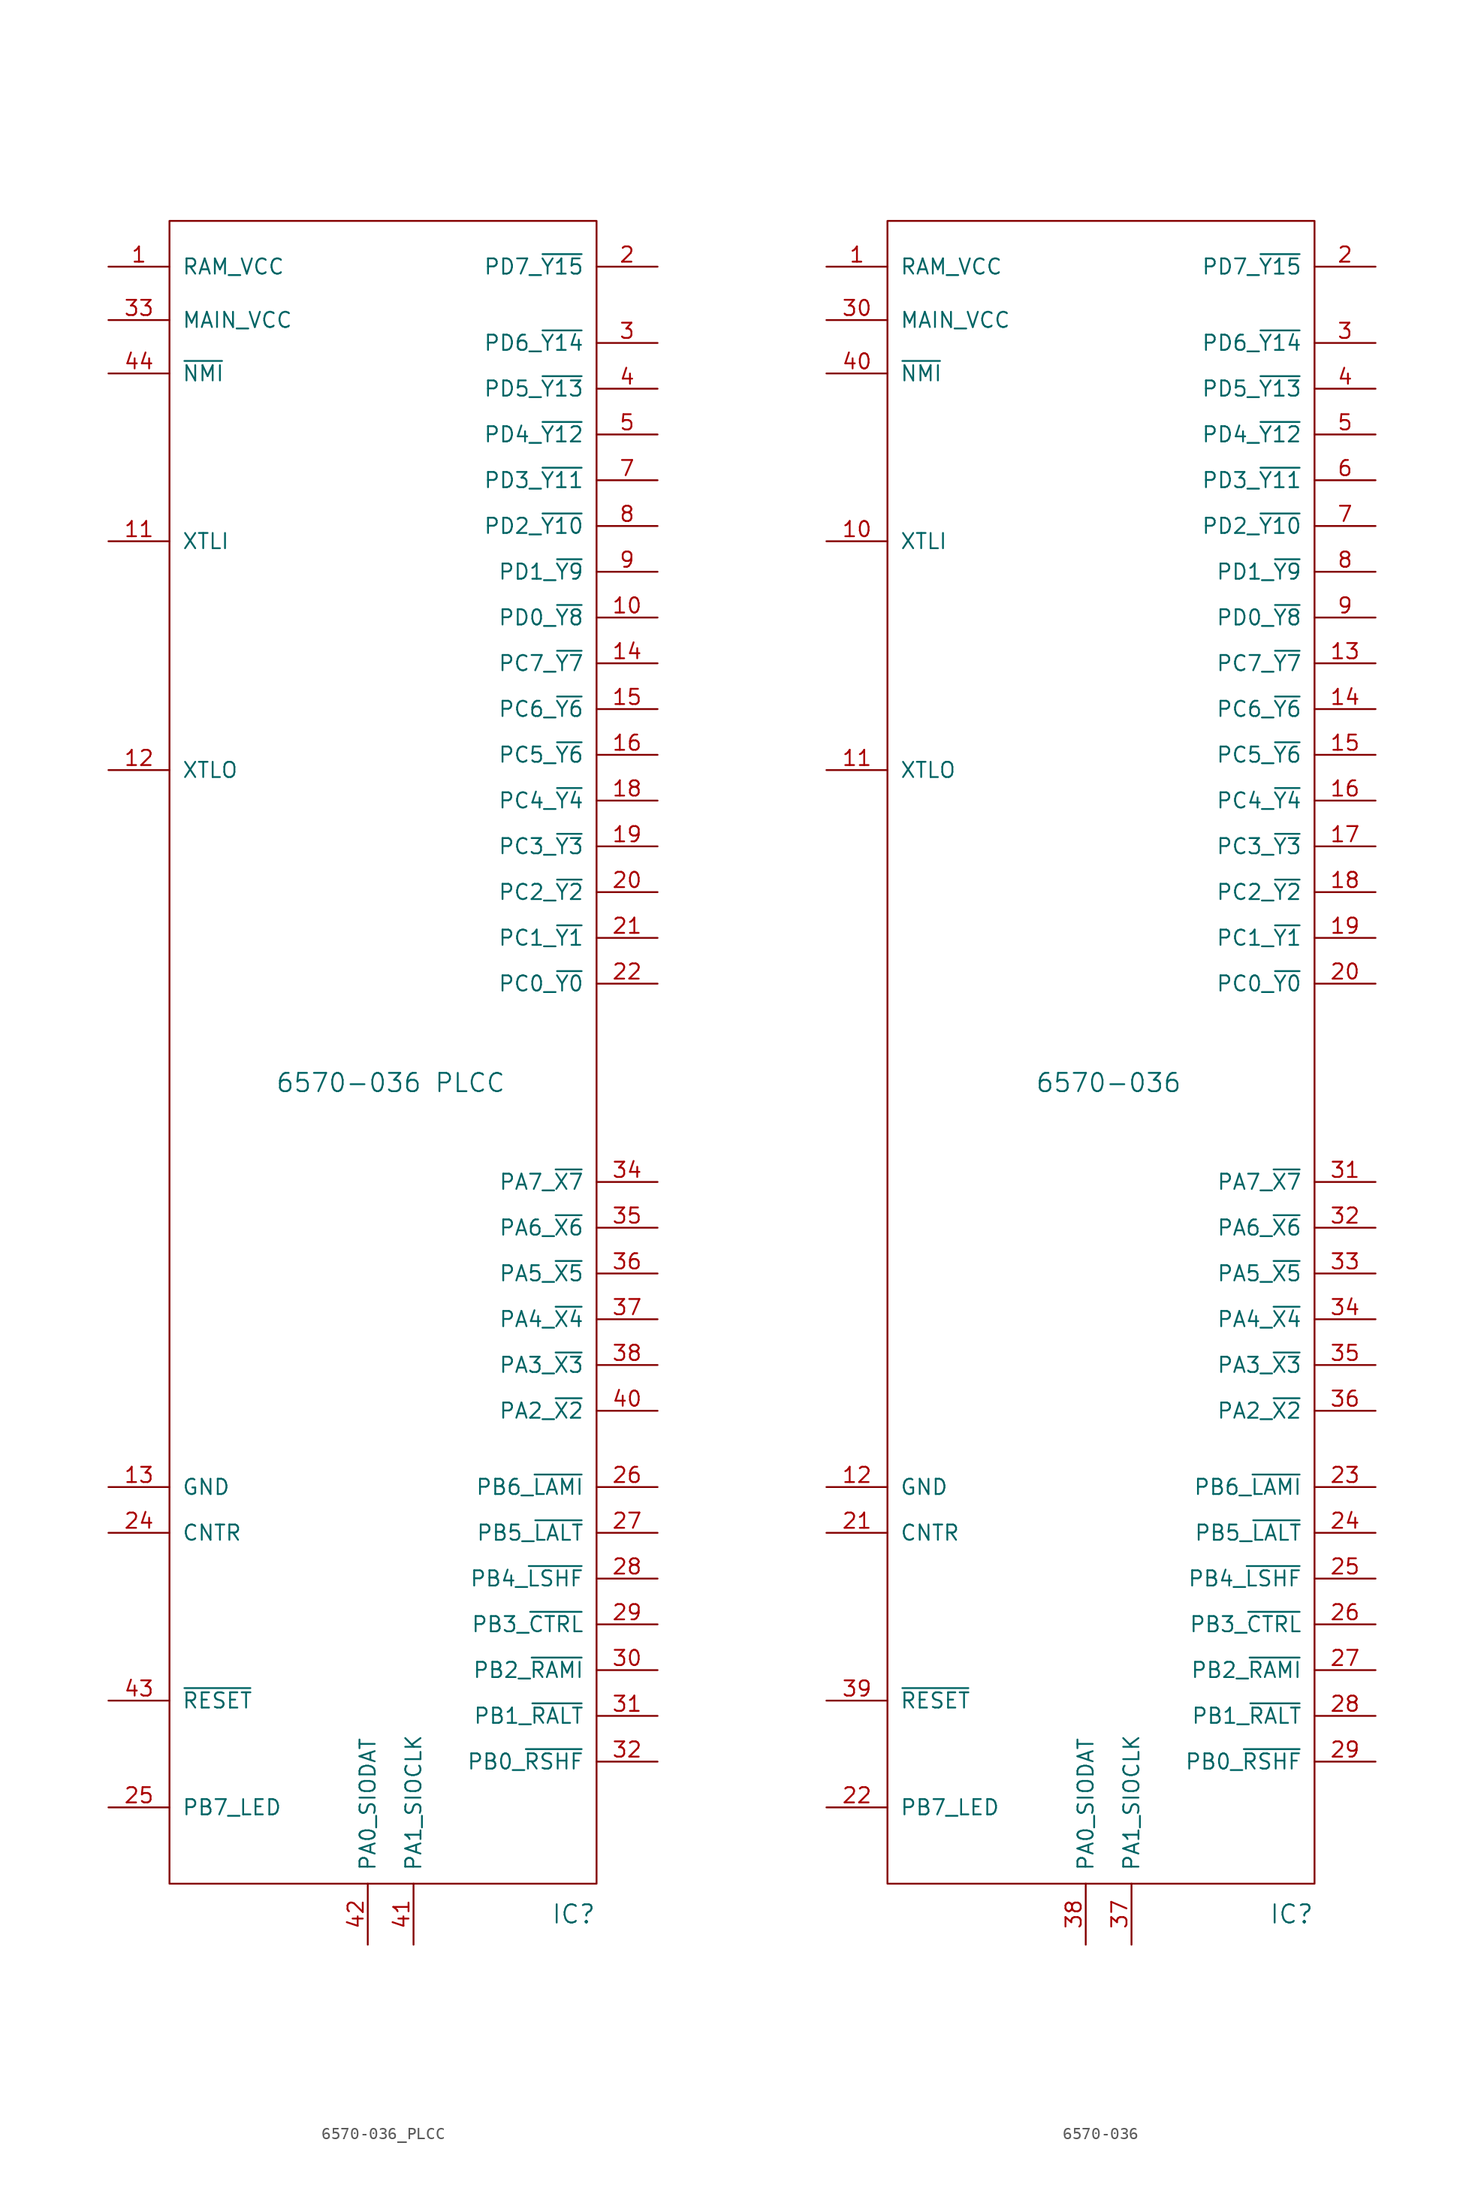
<source format=kicad_sym>
(kicad_symbol_lib
  (version 20231120)
  (generator "kicad_symbol_editor")
  (generator_version "8.0")
  (symbol "6570-036_PLCC"
    (pin_names
      (offset 1.016))
    (property "Reference" "IC"
      (at 15.875 -73.66 0)
      (effects (font (size 1.524 1.524))))
    (property "Value" "6570-036 PLCC"
      (at 0.635 -4.445 0)
      (effects (font (size 1.524 1.524))))
    (symbol "6570-036_PLCC_0_1"
      (rectangle (start -17.78 67.31) (end 17.78 -71.12) (stroke (width 0) (type solid)) (fill (type none))))
    (symbol "6570-036_PLCC_1_1"
      (pin power_in line (at -22.86 63.5 0) (length 5.08) (name "RAM_VCC" (effects (font (size 1.27 1.27)))) (number "1" (effects (font (size 1.27 1.27)))))
      (pin output line (at 22.86 34.29 180) (length 5.08) (name "PD0_~{Y8}" (effects (font (size 1.27 1.27)))) (number "10" (effects (font (size 1.27 1.27)))))
      (pin input line (at -22.86 40.64 0) (length 5.08) (name "XTLI" (effects (font (size 1.27 1.27)))) (number "11" (effects (font (size 1.27 1.27)))))
      (pin output line (at -22.86 21.59 0) (length 5.08) (name "XTLO" (effects (font (size 1.27 1.27)))) (number "12" (effects (font (size 1.27 1.27)))))
      (pin power_in line (at -22.86 -38.1 0) (length 5.08) (name "GND" (effects (font (size 1.27 1.27)))) (number "13" (effects (font (size 1.27 1.27)))))
      (pin output line (at 22.86 30.48 180) (length 5.08) (name "PC7_~{Y7}" (effects (font (size 1.27 1.27)))) (number "14" (effects (font (size 1.27 1.27)))))
      (pin output line (at 22.86 26.67 180) (length 5.08) (name "PC6_~{Y6}" (effects (font (size 1.27 1.27)))) (number "15" (effects (font (size 1.27 1.27)))))
      (pin output line (at 22.86 22.86 180) (length 5.08) (name "PC5_~{Y6}" (effects (font (size 1.27 1.27)))) (number "16" (effects (font (size 1.27 1.27)))))
      (pin output line (at 22.86 19.05 180) (length 5.08) (name "PC4_~{Y4}" (effects (font (size 1.27 1.27)))) (number "18" (effects (font (size 1.27 1.27)))))
      (pin output line (at 22.86 15.24 180) (length 5.08) (name "PC3_~{Y3}" (effects (font (size 1.27 1.27)))) (number "19" (effects (font (size 1.27 1.27)))))
      (pin output line (at 22.86 63.5 180) (length 5.08) (name "PD7_~{Y15}" (effects (font (size 1.27 1.27)))) (number "2" (effects (font (size 1.27 1.27)))))
      (pin output line (at 22.86 11.43 180) (length 5.08) (name "PC2_~{Y2}" (effects (font (size 1.27 1.27)))) (number "20" (effects (font (size 1.27 1.27)))))
      (pin output line (at 22.86 7.62 180) (length 5.08) (name "PC1_~{Y1}" (effects (font (size 1.27 1.27)))) (number "21" (effects (font (size 1.27 1.27)))))
      (pin output line (at 22.86 3.81 180) (length 5.08) (name "PC0_~{Y0}" (effects (font (size 1.27 1.27)))) (number "22" (effects (font (size 1.27 1.27)))))
      (pin input line (at -22.86 -41.91 0) (length 5.08) (name "CNTR" (effects (font (size 1.27 1.27)))) (number "24" (effects (font (size 1.27 1.27)))))
      (pin output line (at -22.86 -64.77 0) (length 5.08) (name "PB7_LED" (effects (font (size 1.27 1.27)))) (number "25" (effects (font (size 1.27 1.27)))))
      (pin input line (at 22.86 -38.1 180) (length 5.08) (name "PB6_~{LAMI}" (effects (font (size 1.27 1.27)))) (number "26" (effects (font (size 1.27 1.27)))))
      (pin input line (at 22.86 -41.91 180) (length 5.08) (name "PB5_~{LALT}" (effects (font (size 1.27 1.27)))) (number "27" (effects (font (size 1.27 1.27)))))
      (pin input line (at 22.86 -45.72 180) (length 5.08) (name "PB4_~{LSHF}" (effects (font (size 1.27 1.27)))) (number "28" (effects (font (size 1.27 1.27)))))
      (pin input line (at 22.86 -49.53 180) (length 5.08) (name "PB3_~{CTRL}" (effects (font (size 1.27 1.27)))) (number "29" (effects (font (size 1.27 1.27)))))
      (pin output line (at 22.86 57.15 180) (length 5.08) (name "PD6_~{Y14}" (effects (font (size 1.27 1.27)))) (number "3" (effects (font (size 1.27 1.27)))))
      (pin input line (at 22.86 -53.34 180) (length 5.08) (name "PB2_~{RAMI}" (effects (font (size 1.27 1.27)))) (number "30" (effects (font (size 1.27 1.27)))))
      (pin input line (at 22.86 -57.15 180) (length 5.08) (name "PB1_~{RALT}" (effects (font (size 1.27 1.27)))) (number "31" (effects (font (size 1.27 1.27)))))
      (pin input line (at 22.86 -60.96 180) (length 5.08) (name "PB0_~{RSHF}" (effects (font (size 1.27 1.27)))) (number "32" (effects (font (size 1.27 1.27)))))
      (pin power_in line (at -22.86 59.055 0) (length 5.08) (name "MAIN_VCC" (effects (font (size 1.27 1.27)))) (number "33" (effects (font (size 1.27 1.27)))))
      (pin input line (at 22.86 -12.7 180) (length 5.08) (name "PA7_~{X7}" (effects (font (size 1.27 1.27)))) (number "34" (effects (font (size 1.27 1.27)))))
      (pin input line (at 22.86 -16.51 180) (length 5.08) (name "PA6_~{X6}" (effects (font (size 1.27 1.27)))) (number "35" (effects (font (size 1.27 1.27)))))
      (pin input line (at 22.86 -20.32 180) (length 5.08) (name "PA5_~{X5}" (effects (font (size 1.27 1.27)))) (number "36" (effects (font (size 1.27 1.27)))))
      (pin input line (at 22.86 -24.13 180) (length 5.08) (name "PA4_~{X4}" (effects (font (size 1.27 1.27)))) (number "37" (effects (font (size 1.27 1.27)))))
      (pin input line (at 22.86 -27.94 180) (length 5.08) (name "PA3_~{X3}" (effects (font (size 1.27 1.27)))) (number "38" (effects (font (size 1.27 1.27)))))
      (pin output line (at 22.86 53.34 180) (length 5.08) (name "PD5_~{Y13}" (effects (font (size 1.27 1.27)))) (number "4" (effects (font (size 1.27 1.27)))))
      (pin input line (at 22.86 -31.75 180) (length 5.08) (name "PA2_~{X2}" (effects (font (size 1.27 1.27)))) (number "40" (effects (font (size 1.27 1.27)))))
      (pin input line (at 2.54 -76.2 90) (length 5.08) (name "PA1_SIOCLK" (effects (font (size 1.27 1.27)))) (number "41" (effects (font (size 1.27 1.27)))))
      (pin input line (at -1.27 -76.2 90) (length 5.08) (name "PA0_SIODAT" (effects (font (size 1.27 1.27)))) (number "42" (effects (font (size 1.27 1.27)))))
      (pin input line (at -22.86 -55.88 0) (length 5.08) (name "~{RESET}" (effects (font (size 1.27 1.27)))) (number "43" (effects (font (size 1.27 1.27)))))
      (pin power_in line (at -22.86 54.61 0) (length 5.08) (name "~{NMI}" (effects (font (size 1.27 1.27)))) (number "44" (effects (font (size 1.27 1.27)))))
      (pin output line (at 22.86 49.53 180) (length 5.08) (name "PD4_~{Y12}" (effects (font (size 1.27 1.27)))) (number "5" (effects (font (size 1.27 1.27)))))
      (pin output line (at 22.86 45.72 180) (length 5.08) (name "PD3_~{Y11}" (effects (font (size 1.27 1.27)))) (number "7" (effects (font (size 1.27 1.27)))))
      (pin output line (at 22.86 41.91 180) (length 5.08) (name "PD2_~{Y10}" (effects (font (size 1.27 1.27)))) (number "8" (effects (font (size 1.27 1.27)))))
      (pin output line (at 22.86 38.1 180) (length 5.08) (name "PD1_~{Y9}" (effects (font (size 1.27 1.27)))) (number "9" (effects (font (size 1.27 1.27)))))))
  (symbol "6570-036"
    (pin_names
      (offset 1.016))
    (property "Reference" "IC"
      (at 15.875 -73.66 0)
      (effects (font (size 1.524 1.524))))
    (property "Value" "6570-036"
      (at 0.635 -4.445 0)
      (effects (font (size 1.524 1.524))))
    (symbol "6570-036_0_1"
      (rectangle (start -17.78 67.31) (end 17.78 -71.12) (stroke (width 0) (type solid)) (fill (type none))))
    (symbol "6570-036_1_1"
      (pin power_in line (at -22.86 63.5 0) (length 5.08) (name "RAM_VCC" (effects (font (size 1.27 1.27)))) (number "1" (effects (font (size 1.27 1.27)))))
      (pin input line (at -22.86 40.64 0) (length 5.08) (name "XTLI" (effects (font (size 1.27 1.27)))) (number "10" (effects (font (size 1.27 1.27)))))
      (pin output line (at -22.86 21.59 0) (length 5.08) (name "XTLO" (effects (font (size 1.27 1.27)))) (number "11" (effects (font (size 1.27 1.27)))))
      (pin power_in line (at -22.86 -38.1 0) (length 5.08) (name "GND" (effects (font (size 1.27 1.27)))) (number "12" (effects (font (size 1.27 1.27)))))
      (pin output line (at 22.86 30.48 180) (length 5.08) (name "PC7_~{Y7}" (effects (font (size 1.27 1.27)))) (number "13" (effects (font (size 1.27 1.27)))))
      (pin output line (at 22.86 26.67 180) (length 5.08) (name "PC6_~{Y6}" (effects (font (size 1.27 1.27)))) (number "14" (effects (font (size 1.27 1.27)))))
      (pin output line (at 22.86 22.86 180) (length 5.08) (name "PC5_~{Y6}" (effects (font (size 1.27 1.27)))) (number "15" (effects (font (size 1.27 1.27)))))
      (pin output line (at 22.86 19.05 180) (length 5.08) (name "PC4_~{Y4}" (effects (font (size 1.27 1.27)))) (number "16" (effects (font (size 1.27 1.27)))))
      (pin output line (at 22.86 15.24 180) (length 5.08) (name "PC3_~{Y3}" (effects (font (size 1.27 1.27)))) (number "17" (effects (font (size 1.27 1.27)))))
      (pin output line (at 22.86 11.43 180) (length 5.08) (name "PC2_~{Y2}" (effects (font (size 1.27 1.27)))) (number "18" (effects (font (size 1.27 1.27)))))
      (pin output line (at 22.86 7.62 180) (length 5.08) (name "PC1_~{Y1}" (effects (font (size 1.27 1.27)))) (number "19" (effects (font (size 1.27 1.27)))))
      (pin output line (at 22.86 63.5 180) (length 5.08) (name "PD7_~{Y15}" (effects (font (size 1.27 1.27)))) (number "2" (effects (font (size 1.27 1.27)))))
      (pin output line (at 22.86 3.81 180) (length 5.08) (name "PC0_~{Y0}" (effects (font (size 1.27 1.27)))) (number "20" (effects (font (size 1.27 1.27)))))
      (pin input line (at -22.86 -41.91 0) (length 5.08) (name "CNTR" (effects (font (size 1.27 1.27)))) (number "21" (effects (font (size 1.27 1.27)))))
      (pin output line (at -22.86 -64.77 0) (length 5.08) (name "PB7_LED" (effects (font (size 1.27 1.27)))) (number "22" (effects (font (size 1.27 1.27)))))
      (pin input line (at 22.86 -38.1 180) (length 5.08) (name "PB6_~{LAMI}" (effects (font (size 1.27 1.27)))) (number "23" (effects (font (size 1.27 1.27)))))
      (pin input line (at 22.86 -41.91 180) (length 5.08) (name "PB5_~{LALT}" (effects (font (size 1.27 1.27)))) (number "24" (effects (font (size 1.27 1.27)))))
      (pin input line (at 22.86 -45.72 180) (length 5.08) (name "PB4_~{LSHF}" (effects (font (size 1.27 1.27)))) (number "25" (effects (font (size 1.27 1.27)))))
      (pin input line (at 22.86 -49.53 180) (length 5.08) (name "PB3_~{CTRL}" (effects (font (size 1.27 1.27)))) (number "26" (effects (font (size 1.27 1.27)))))
      (pin input line (at 22.86 -53.34 180) (length 5.08) (name "PB2_~{RAMI}" (effects (font (size 1.27 1.27)))) (number "27" (effects (font (size 1.27 1.27)))))
      (pin input line (at 22.86 -57.15 180) (length 5.08) (name "PB1_~{RALT}" (effects (font (size 1.27 1.27)))) (number "28" (effects (font (size 1.27 1.27)))))
      (pin input line (at 22.86 -60.96 180) (length 5.08) (name "PB0_~{RSHF}" (effects (font (size 1.27 1.27)))) (number "29" (effects (font (size 1.27 1.27)))))
      (pin output line (at 22.86 57.15 180) (length 5.08) (name "PD6_~{Y14}" (effects (font (size 1.27 1.27)))) (number "3" (effects (font (size 1.27 1.27)))))
      (pin power_in line (at -22.86 59.055 0) (length 5.08) (name "MAIN_VCC" (effects (font (size 1.27 1.27)))) (number "30" (effects (font (size 1.27 1.27)))))
      (pin input line (at 22.86 -12.7 180) (length 5.08) (name "PA7_~{X7}" (effects (font (size 1.27 1.27)))) (number "31" (effects (font (size 1.27 1.27)))))
      (pin input line (at 22.86 -16.51 180) (length 5.08) (name "PA6_~{X6}" (effects (font (size 1.27 1.27)))) (number "32" (effects (font (size 1.27 1.27)))))
      (pin input line (at 22.86 -20.32 180) (length 5.08) (name "PA5_~{X5}" (effects (font (size 1.27 1.27)))) (number "33" (effects (font (size 1.27 1.27)))))
      (pin input line (at 22.86 -24.13 180) (length 5.08) (name "PA4_~{X4}" (effects (font (size 1.27 1.27)))) (number "34" (effects (font (size 1.27 1.27)))))
      (pin input line (at 22.86 -27.94 180) (length 5.08) (name "PA3_~{X3}" (effects (font (size 1.27 1.27)))) (number "35" (effects (font (size 1.27 1.27)))))
      (pin input line (at 22.86 -31.75 180) (length 5.08) (name "PA2_~{X2}" (effects (font (size 1.27 1.27)))) (number "36" (effects (font (size 1.27 1.27)))))
      (pin input line (at 2.54 -76.2 90) (length 5.08) (name "PA1_SIOCLK" (effects (font (size 1.27 1.27)))) (number "37" (effects (font (size 1.27 1.27)))))
      (pin input line (at -1.27 -76.2 90) (length 5.08) (name "PA0_SIODAT" (effects (font (size 1.27 1.27)))) (number "38" (effects (font (size 1.27 1.27)))))
      (pin input line (at -22.86 -55.88 0) (length 5.08) (name "~{RESET}" (effects (font (size 1.27 1.27)))) (number "39" (effects (font (size 1.27 1.27)))))
      (pin output line (at 22.86 53.34 180) (length 5.08) (name "PD5_~{Y13}" (effects (font (size 1.27 1.27)))) (number "4" (effects (font (size 1.27 1.27)))))
      (pin power_in line (at -22.86 54.61 0) (length 5.08) (name "~{NMI}" (effects (font (size 1.27 1.27)))) (number "40" (effects (font (size 1.27 1.27)))))
      (pin output line (at 22.86 49.53 180) (length 5.08) (name "PD4_~{Y12}" (effects (font (size 1.27 1.27)))) (number "5" (effects (font (size 1.27 1.27)))))
      (pin output line (at 22.86 45.72 180) (length 5.08) (name "PD3_~{Y11}" (effects (font (size 1.27 1.27)))) (number "6" (effects (font (size 1.27 1.27)))))
      (pin output line (at 22.86 41.91 180) (length 5.08) (name "PD2_~{Y10}" (effects (font (size 1.27 1.27)))) (number "7" (effects (font (size 1.27 1.27)))))
      (pin output line (at 22.86 38.1 180) (length 5.08) (name "PD1_~{Y9}" (effects (font (size 1.27 1.27)))) (number "8" (effects (font (size 1.27 1.27)))))
      (pin output line (at 22.86 34.29 180) (length 5.08) (name "PD0_~{Y8}" (effects (font (size 1.27 1.27)))) (number "9" (effects (font (size 1.27 1.27))))))))
</source>
